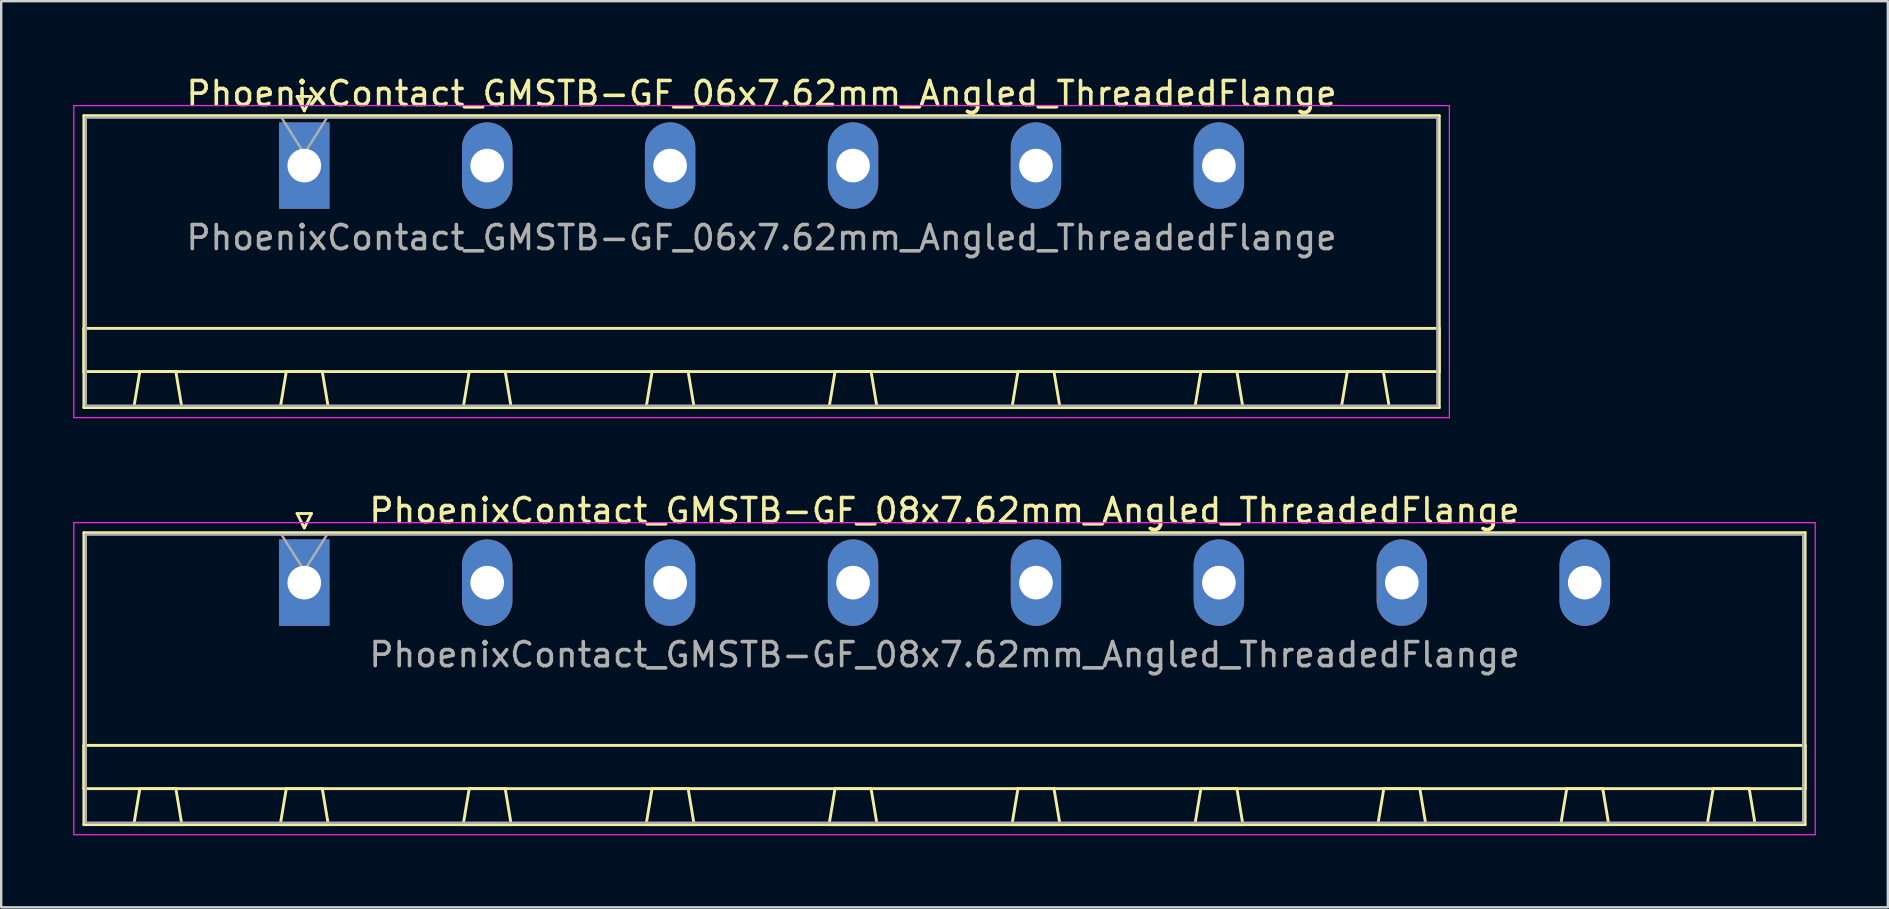
<source format=kicad_pcb>
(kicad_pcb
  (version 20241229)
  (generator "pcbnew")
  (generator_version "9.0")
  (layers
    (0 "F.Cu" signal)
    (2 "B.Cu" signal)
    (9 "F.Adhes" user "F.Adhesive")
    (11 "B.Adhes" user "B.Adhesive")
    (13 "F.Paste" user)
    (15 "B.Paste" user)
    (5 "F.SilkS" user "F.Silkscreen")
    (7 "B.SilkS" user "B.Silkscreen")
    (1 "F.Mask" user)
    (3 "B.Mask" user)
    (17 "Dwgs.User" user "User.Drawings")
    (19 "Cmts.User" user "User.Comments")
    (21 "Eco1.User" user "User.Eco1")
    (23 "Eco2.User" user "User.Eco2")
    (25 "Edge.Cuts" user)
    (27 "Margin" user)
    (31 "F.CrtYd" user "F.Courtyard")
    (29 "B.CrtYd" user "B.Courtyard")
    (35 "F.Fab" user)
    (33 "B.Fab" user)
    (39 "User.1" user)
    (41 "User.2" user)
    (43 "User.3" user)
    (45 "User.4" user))
  (footprint "PhoenixContact_GMSTB-GF_06x7.62mm_Angled_ThreadedFlange"
    (layer "F.Cu")
    (at 9.625 3.848)
    (property "Reference" "PhoenixContact_GMSTB-GF_06x7.62mm_Angled_ThreadedFlange" (at 19.05 -3 0) (layer "F.SilkS") (effects (font (size 1 1) (thickness 0.15))))
    (attr through_hole)
    (fp_line (start -9.18 -2.08) (end -9.18 10.08) (stroke (width 0.12) (type solid)) (layer "F.SilkS"))
    (fp_line (start -9.18 6.78) (end 47.28 6.78) (stroke (width 0.12) (type solid)) (layer "F.SilkS"))
    (fp_line (start -9.18 8.58) (end -9.18 6.78) (stroke (width 0.12) (type solid)) (layer "F.SilkS"))
    (fp_line (start -9.18 10.08) (end 47.28 10.08) (stroke (width 0.12) (type solid)) (layer "F.SilkS"))
    (fp_line (start -7.1 10.08) (end -5.1 10.08) (stroke (width 0.12) (type solid)) (layer "F.SilkS"))
    (fp_line (start -6.85 8.58) (end -7.1 10.08) (stroke (width 0.12) (type solid)) (layer "F.SilkS"))
    (fp_line (start -5.35 8.58) (end -6.85 8.58) (stroke (width 0.12) (type solid)) (layer "F.SilkS"))
    (fp_line (start -5.1 10.08) (end -5.35 8.58) (stroke (width 0.12) (type solid)) (layer "F.SilkS"))
    (fp_line (start -1 10.08) (end 1 10.08) (stroke (width 0.12) (type solid)) (layer "F.SilkS"))
    (fp_line (start -0.75 8.58) (end -1 10.08) (stroke (width 0.12) (type solid)) (layer "F.SilkS"))
    (fp_line (start -0.3 -2.88) (end 0.3 -2.88) (stroke (width 0.12) (type solid)) (layer "F.SilkS"))
    (fp_line (start 0 -2.28) (end -0.3 -2.88) (stroke (width 0.12) (type solid)) (layer "F.SilkS"))
    (fp_line (start 0.3 -2.88) (end 0 -2.28) (stroke (width 0.12) (type solid)) (layer "F.SilkS"))
    (fp_line (start 0.75 8.58) (end -0.75 8.58) (stroke (width 0.12) (type solid)) (layer "F.SilkS"))
    (fp_line (start 1 10.08) (end 0.75 8.58) (stroke (width 0.12) (type solid)) (layer "F.SilkS"))
    (fp_line (start 6.62 10.08) (end 8.62 10.08) (stroke (width 0.12) (type solid)) (layer "F.SilkS"))
    (fp_line (start 6.87 8.58) (end 6.62 10.08) (stroke (width 0.12) (type solid)) (layer "F.SilkS"))
    (fp_line (start 8.37 8.58) (end 6.87 8.58) (stroke (width 0.12) (type solid)) (layer "F.SilkS"))
    (fp_line (start 8.62 10.08) (end 8.37 8.58) (stroke (width 0.12) (type solid)) (layer "F.SilkS"))
    (fp_line (start 14.24 10.08) (end 16.24 10.08) (stroke (width 0.12) (type solid)) (layer "F.SilkS"))
    (fp_line (start 14.49 8.58) (end 14.24 10.08) (stroke (width 0.12) (type solid)) (layer "F.SilkS"))
    (fp_line (start 15.99 8.58) (end 14.49 8.58) (stroke (width 0.12) (type solid)) (layer "F.SilkS"))
    (fp_line (start 16.24 10.08) (end 15.99 8.58) (stroke (width 0.12) (type solid)) (layer "F.SilkS"))
    (fp_line (start 21.86 10.08) (end 23.86 10.08) (stroke (width 0.12) (type solid)) (layer "F.SilkS"))
    (fp_line (start 22.11 8.58) (end 21.86 10.08) (stroke (width 0.12) (type solid)) (layer "F.SilkS"))
    (fp_line (start 23.61 8.58) (end 22.11 8.58) (stroke (width 0.12) (type solid)) (layer "F.SilkS"))
    (fp_line (start 23.86 10.08) (end 23.61 8.58) (stroke (width 0.12) (type solid)) (layer "F.SilkS"))
    (fp_line (start 29.48 10.08) (end 31.48 10.08) (stroke (width 0.12) (type solid)) (layer "F.SilkS"))
    (fp_line (start 29.73 8.58) (end 29.48 10.08) (stroke (width 0.12) (type solid)) (layer "F.SilkS"))
    (fp_line (start 31.23 8.58) (end 29.73 8.58) (stroke (width 0.12) (type solid)) (layer "F.SilkS"))
    (fp_line (start 31.48 10.08) (end 31.23 8.58) (stroke (width 0.12) (type solid)) (layer "F.SilkS"))
    (fp_line (start 37.1 10.08) (end 39.1 10.08) (stroke (width 0.12) (type solid)) (layer "F.SilkS"))
    (fp_line (start 37.35 8.58) (end 37.1 10.08) (stroke (width 0.12) (type solid)) (layer "F.SilkS"))
    (fp_line (start 38.85 8.58) (end 37.35 8.58) (stroke (width 0.12) (type solid)) (layer "F.SilkS"))
    (fp_line (start 39.1 10.08) (end 38.85 8.58) (stroke (width 0.12) (type solid)) (layer "F.SilkS"))
    (fp_line (start 43.2 10.08) (end 45.2 10.08) (stroke (width 0.12) (type solid)) (layer "F.SilkS"))
    (fp_line (start 43.45 8.58) (end 43.2 10.08) (stroke (width 0.12) (type solid)) (layer "F.SilkS"))
    (fp_line (start 44.95 8.58) (end 43.45 8.58) (stroke (width 0.12) (type solid)) (layer "F.SilkS"))
    (fp_line (start 45.2 10.08) (end 44.95 8.58) (stroke (width 0.12) (type solid)) (layer "F.SilkS"))
    (fp_line (start 47.28 -2.08) (end -9.18 -2.08) (stroke (width 0.12) (type solid)) (layer "F.SilkS"))
    (fp_line (start 47.28 6.78) (end 47.28 8.58) (stroke (width 0.12) (type solid)) (layer "F.SilkS"))
    (fp_line (start 47.28 8.58) (end -9.18 8.58) (stroke (width 0.12) (type solid)) (layer "F.SilkS"))
    (fp_line (start 47.28 10.08) (end 47.28 -2.08) (stroke (width 0.12) (type solid)) (layer "F.SilkS"))
    (fp_line (start -9.6 -2.5) (end -9.6 10.5) (stroke (width 0.05) (type solid)) (layer "F.CrtYd"))
    (fp_line (start -9.6 10.5) (end 47.7 10.5) (stroke (width 0.05) (type solid)) (layer "F.CrtYd"))
    (fp_line (start 47.7 -2.5) (end -9.6 -2.5) (stroke (width 0.05) (type solid)) (layer "F.CrtYd"))
    (fp_line (start 47.7 10.5) (end 47.7 -2.5) (stroke (width 0.05) (type solid)) (layer "F.CrtYd"))
    (fp_line (start -9.1 -2) (end -9.1 10) (stroke (width 0.1) (type solid)) (layer "F.Fab"))
    (fp_line (start -9.1 10) (end 47.2 10) (stroke (width 0.1) (type solid)) (layer "F.Fab"))
    (fp_line (start 0 -0.5) (end -0.95 -2) (stroke (width 0.1) (type solid)) (layer "F.Fab"))
    (fp_line (start 0.95 -2) (end 0 -0.5) (stroke (width 0.1) (type solid)) (layer "F.Fab"))
    (fp_line (start 47.2 -2) (end -9.1 -2) (stroke (width 0.1) (type solid)) (layer "F.Fab"))
    (fp_line (start 47.2 10) (end 47.2 -2) (stroke (width 0.1) (type solid)) (layer "F.Fab"))
    (fp_text user "${REFERENCE}" (at 19.05 3 0) (layer "F.Fab") (effects (font (size 1 1) (thickness 0.15))))
    (pad "1" thru_hole rect (at 0 0) (size 2.1 3.6) (drill 1.4) (layers "*.Cu" "*.Mask"))
    (pad "2" thru_hole oval (at 7.62 0) (size 2.1 3.6) (drill 1.4) (layers "*.Cu" "*.Mask"))
    (pad "3" thru_hole oval (at 15.24 0) (size 2.1 3.6) (drill 1.4) (layers "*.Cu" "*.Mask"))
    (pad "4" thru_hole oval (at 22.86 0) (size 2.1 3.6) (drill 1.4) (layers "*.Cu" "*.Mask"))
    (pad "5" thru_hole oval (at 30.48 0) (size 2.1 3.6) (drill 1.4) (layers "*.Cu" "*.Mask"))
    (pad "6" thru_hole oval (at 38.1 0) (size 2.1 3.6) (drill 1.4) (layers "*.Cu" "*.Mask")))
  (footprint "PhoenixContact_GMSTB-GF_08x7.62mm_Angled_ThreadedFlange"
    (layer "F.Cu")
    (at 9.625 21.221)
    (property "Reference" "PhoenixContact_GMSTB-GF_08x7.62mm_Angled_ThreadedFlange" (at 26.67 -3 0) (layer "F.SilkS") (effects (font (size 1 1) (thickness 0.15))))
    (attr through_hole)
    (fp_line (start -9.18 -2.08) (end -9.18 10.08) (stroke (width 0.12) (type solid)) (layer "F.SilkS"))
    (fp_line (start -9.18 6.78) (end 62.52 6.78) (stroke (width 0.12) (type solid)) (layer "F.SilkS"))
    (fp_line (start -9.18 8.58) (end -9.18 6.78) (stroke (width 0.12) (type solid)) (layer "F.SilkS"))
    (fp_line (start -9.18 10.08) (end 62.52 10.08) (stroke (width 0.12) (type solid)) (layer "F.SilkS"))
    (fp_line (start -7.1 10.08) (end -5.1 10.08) (stroke (width 0.12) (type solid)) (layer "F.SilkS"))
    (fp_line (start -6.85 8.58) (end -7.1 10.08) (stroke (width 0.12) (type solid)) (layer "F.SilkS"))
    (fp_line (start -5.35 8.58) (end -6.85 8.58) (stroke (width 0.12) (type solid)) (layer "F.SilkS"))
    (fp_line (start -5.1 10.08) (end -5.35 8.58) (stroke (width 0.12) (type solid)) (layer "F.SilkS"))
    (fp_line (start -1 10.08) (end 1 10.08) (stroke (width 0.12) (type solid)) (layer "F.SilkS"))
    (fp_line (start -0.75 8.58) (end -1 10.08) (stroke (width 0.12) (type solid)) (layer "F.SilkS"))
    (fp_line (start -0.3 -2.88) (end 0.3 -2.88) (stroke (width 0.12) (type solid)) (layer "F.SilkS"))
    (fp_line (start 0 -2.28) (end -0.3 -2.88) (stroke (width 0.12) (type solid)) (layer "F.SilkS"))
    (fp_line (start 0.3 -2.88) (end 0 -2.28) (stroke (width 0.12) (type solid)) (layer "F.SilkS"))
    (fp_line (start 0.75 8.58) (end -0.75 8.58) (stroke (width 0.12) (type solid)) (layer "F.SilkS"))
    (fp_line (start 1 10.08) (end 0.75 8.58) (stroke (width 0.12) (type solid)) (layer "F.SilkS"))
    (fp_line (start 6.62 10.08) (end 8.62 10.08) (stroke (width 0.12) (type solid)) (layer "F.SilkS"))
    (fp_line (start 6.87 8.58) (end 6.62 10.08) (stroke (width 0.12) (type solid)) (layer "F.SilkS"))
    (fp_line (start 8.37 8.58) (end 6.87 8.58) (stroke (width 0.12) (type solid)) (layer "F.SilkS"))
    (fp_line (start 8.62 10.08) (end 8.37 8.58) (stroke (width 0.12) (type solid)) (layer "F.SilkS"))
    (fp_line (start 14.24 10.08) (end 16.24 10.08) (stroke (width 0.12) (type solid)) (layer "F.SilkS"))
    (fp_line (start 14.49 8.58) (end 14.24 10.08) (stroke (width 0.12) (type solid)) (layer "F.SilkS"))
    (fp_line (start 15.99 8.58) (end 14.49 8.58) (stroke (width 0.12) (type solid)) (layer "F.SilkS"))
    (fp_line (start 16.24 10.08) (end 15.99 8.58) (stroke (width 0.12) (type solid)) (layer "F.SilkS"))
    (fp_line (start 21.86 10.08) (end 23.86 10.08) (stroke (width 0.12) (type solid)) (layer "F.SilkS"))
    (fp_line (start 22.11 8.58) (end 21.86 10.08) (stroke (width 0.12) (type solid)) (layer "F.SilkS"))
    (fp_line (start 23.61 8.58) (end 22.11 8.58) (stroke (width 0.12) (type solid)) (layer "F.SilkS"))
    (fp_line (start 23.86 10.08) (end 23.61 8.58) (stroke (width 0.12) (type solid)) (layer "F.SilkS"))
    (fp_line (start 29.48 10.08) (end 31.48 10.08) (stroke (width 0.12) (type solid)) (layer "F.SilkS"))
    (fp_line (start 29.73 8.58) (end 29.48 10.08) (stroke (width 0.12) (type solid)) (layer "F.SilkS"))
    (fp_line (start 31.23 8.58) (end 29.73 8.58) (stroke (width 0.12) (type solid)) (layer "F.SilkS"))
    (fp_line (start 31.48 10.08) (end 31.23 8.58) (stroke (width 0.12) (type solid)) (layer "F.SilkS"))
    (fp_line (start 37.1 10.08) (end 39.1 10.08) (stroke (width 0.12) (type solid)) (layer "F.SilkS"))
    (fp_line (start 37.35 8.58) (end 37.1 10.08) (stroke (width 0.12) (type solid)) (layer "F.SilkS"))
    (fp_line (start 38.85 8.58) (end 37.35 8.58) (stroke (width 0.12) (type solid)) (layer "F.SilkS"))
    (fp_line (start 39.1 10.08) (end 38.85 8.58) (stroke (width 0.12) (type solid)) (layer "F.SilkS"))
    (fp_line (start 44.72 10.08) (end 46.72 10.08) (stroke (width 0.12) (type solid)) (layer "F.SilkS"))
    (fp_line (start 44.97 8.58) (end 44.72 10.08) (stroke (width 0.12) (type solid)) (layer "F.SilkS"))
    (fp_line (start 46.47 8.58) (end 44.97 8.58) (stroke (width 0.12) (type solid)) (layer "F.SilkS"))
    (fp_line (start 46.72 10.08) (end 46.47 8.58) (stroke (width 0.12) (type solid)) (layer "F.SilkS"))
    (fp_line (start 52.34 10.08) (end 54.34 10.08) (stroke (width 0.12) (type solid)) (layer "F.SilkS"))
    (fp_line (start 52.59 8.58) (end 52.34 10.08) (stroke (width 0.12) (type solid)) (layer "F.SilkS"))
    (fp_line (start 54.09 8.58) (end 52.59 8.58) (stroke (width 0.12) (type solid)) (layer "F.SilkS"))
    (fp_line (start 54.34 10.08) (end 54.09 8.58) (stroke (width 0.12) (type solid)) (layer "F.SilkS"))
    (fp_line (start 58.44 10.08) (end 60.44 10.08) (stroke (width 0.12) (type solid)) (layer "F.SilkS"))
    (fp_line (start 58.69 8.58) (end 58.44 10.08) (stroke (width 0.12) (type solid)) (layer "F.SilkS"))
    (fp_line (start 60.19 8.58) (end 58.69 8.58) (stroke (width 0.12) (type solid)) (layer "F.SilkS"))
    (fp_line (start 60.44 10.08) (end 60.19 8.58) (stroke (width 0.12) (type solid)) (layer "F.SilkS"))
    (fp_line (start 62.52 -2.08) (end -9.18 -2.08) (stroke (width 0.12) (type solid)) (layer "F.SilkS"))
    (fp_line (start 62.52 6.78) (end 62.52 8.58) (stroke (width 0.12) (type solid)) (layer "F.SilkS"))
    (fp_line (start 62.52 8.58) (end -9.18 8.58) (stroke (width 0.12) (type solid)) (layer "F.SilkS"))
    (fp_line (start 62.52 10.08) (end 62.52 -2.08) (stroke (width 0.12) (type solid)) (layer "F.SilkS"))
    (fp_line (start -9.6 -2.5) (end -9.6 10.5) (stroke (width 0.05) (type solid)) (layer "F.CrtYd"))
    (fp_line (start -9.6 10.5) (end 62.94 10.5) (stroke (width 0.05) (type solid)) (layer "F.CrtYd"))
    (fp_line (start 62.94 -2.5) (end -9.6 -2.5) (stroke (width 0.05) (type solid)) (layer "F.CrtYd"))
    (fp_line (start 62.94 10.5) (end 62.94 -2.5) (stroke (width 0.05) (type solid)) (layer "F.CrtYd"))
    (fp_line (start -9.1 -2) (end -9.1 10) (stroke (width 0.1) (type solid)) (layer "F.Fab"))
    (fp_line (start -9.1 10) (end 62.44 10) (stroke (width 0.1) (type solid)) (layer "F.Fab"))
    (fp_line (start 0 -0.5) (end -0.95 -2) (stroke (width 0.1) (type solid)) (layer "F.Fab"))
    (fp_line (start 0.95 -2) (end 0 -0.5) (stroke (width 0.1) (type solid)) (layer "F.Fab"))
    (fp_line (start 62.44 -2) (end -9.1 -2) (stroke (width 0.1) (type solid)) (layer "F.Fab"))
    (fp_line (start 62.44 10) (end 62.44 -2) (stroke (width 0.1) (type solid)) (layer "F.Fab"))
    (fp_text user "${REFERENCE}" (at 26.67 3 0) (layer "F.Fab") (effects (font (size 1 1) (thickness 0.15))))
    (pad "1" thru_hole rect (at 0 0) (size 2.1 3.6) (drill 1.4) (layers "*.Cu" "*.Mask"))
    (pad "2" thru_hole oval (at 7.62 0) (size 2.1 3.6) (drill 1.4) (layers "*.Cu" "*.Mask"))
    (pad "3" thru_hole oval (at 15.24 0) (size 2.1 3.6) (drill 1.4) (layers "*.Cu" "*.Mask"))
    (pad "4" thru_hole oval (at 22.86 0) (size 2.1 3.6) (drill 1.4) (layers "*.Cu" "*.Mask"))
    (pad "5" thru_hole oval (at 30.48 0) (size 2.1 3.6) (drill 1.4) (layers "*.Cu" "*.Mask"))
    (pad "6" thru_hole oval (at 38.1 0) (size 2.1 3.6) (drill 1.4) (layers "*.Cu" "*.Mask"))
    (pad "7" thru_hole oval (at 45.72 0) (size 2.1 3.6) (drill 1.4) (layers "*.Cu" "*.Mask"))
    (pad "8" thru_hole oval (at 53.34 0) (size 2.1 3.6) (drill 1.4) (layers "*.Cu" "*.Mask")))
  (gr_rect
    (start -3 -3)
    (end 75.59 34.746)
    (stroke (width 0.1) (type default))
    (fill no)
    (layer "Edge.Cuts")))
</source>
